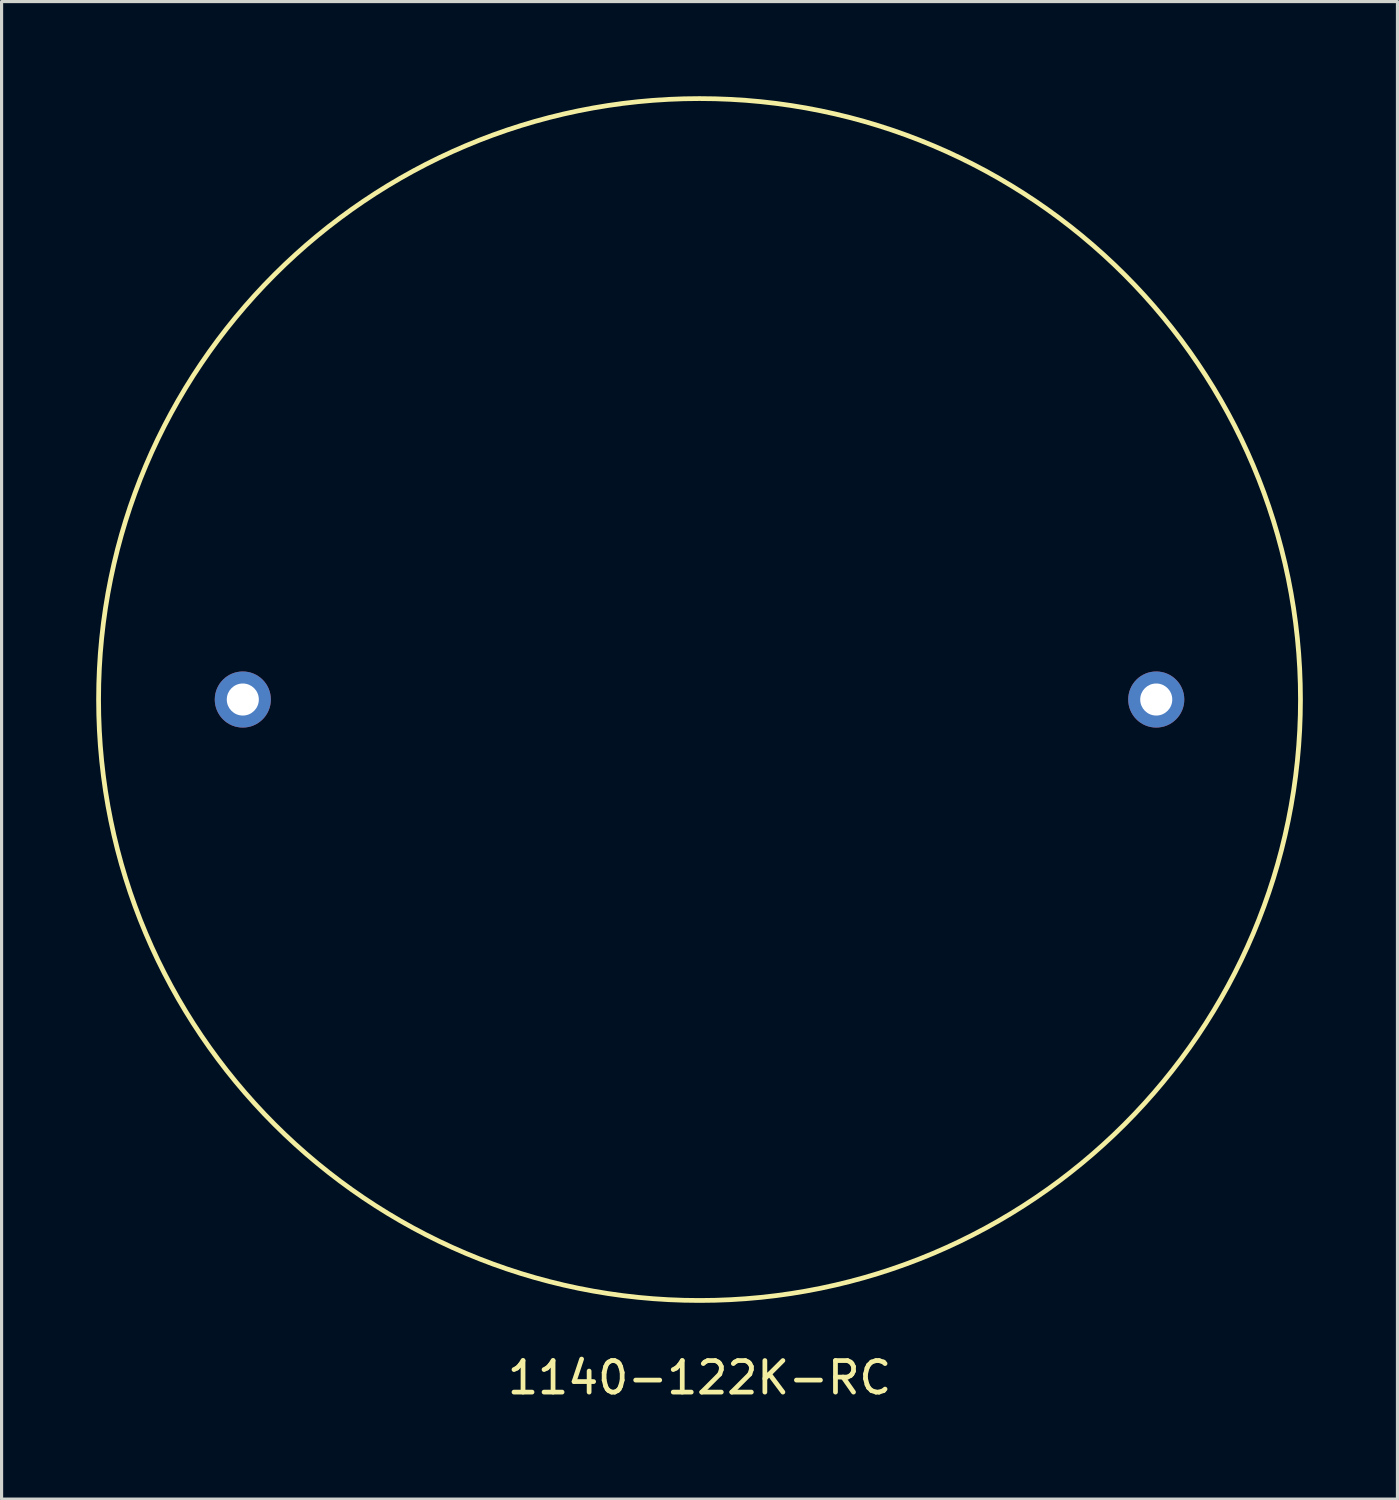
<source format=kicad_pcb>
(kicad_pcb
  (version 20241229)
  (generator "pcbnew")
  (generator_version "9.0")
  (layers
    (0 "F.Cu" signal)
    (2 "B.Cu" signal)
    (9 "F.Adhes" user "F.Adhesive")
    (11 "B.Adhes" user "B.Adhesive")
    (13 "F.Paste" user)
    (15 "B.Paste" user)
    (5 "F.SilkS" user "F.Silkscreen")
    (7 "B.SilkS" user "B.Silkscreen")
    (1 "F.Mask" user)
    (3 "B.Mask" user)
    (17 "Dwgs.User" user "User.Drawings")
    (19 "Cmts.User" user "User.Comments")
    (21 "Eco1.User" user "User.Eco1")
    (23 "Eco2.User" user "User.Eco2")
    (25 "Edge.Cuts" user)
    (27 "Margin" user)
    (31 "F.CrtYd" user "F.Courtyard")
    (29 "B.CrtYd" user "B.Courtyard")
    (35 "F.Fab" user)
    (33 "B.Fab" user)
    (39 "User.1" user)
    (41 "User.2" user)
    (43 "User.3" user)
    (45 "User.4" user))
  (footprint "1140-122K-RC"
    (layer "F.Cu")
    (at 19.125 19.125)
    (property "Reference" "1140-122K-RC" (at 0 21.5 0) (layer "F.SilkS") (effects (font (size 1 1) (thickness 0.15))))
    (attr through_hole)
    (fp_circle (center 0 0) (end 19.05 0) (stroke (width 0.15) (type solid)) (fill no) (layer "F.SilkS"))
    (pad "1" thru_hole circle (at -14.478 0) (size 1.778 1.778) (drill 1.016) (layers "*.Cu" "*.Mask"))
    (pad "2" thru_hole circle (at 14.478 0) (size 1.778 1.778) (drill 1.016) (layers "*.Cu" "*.Mask")))
  (gr_rect
    (start -3 -3)
    (end 41.25 44.473)
    (stroke (width 0.1) (type default))
    (fill no)
    (layer "Edge.Cuts")))
</source>
